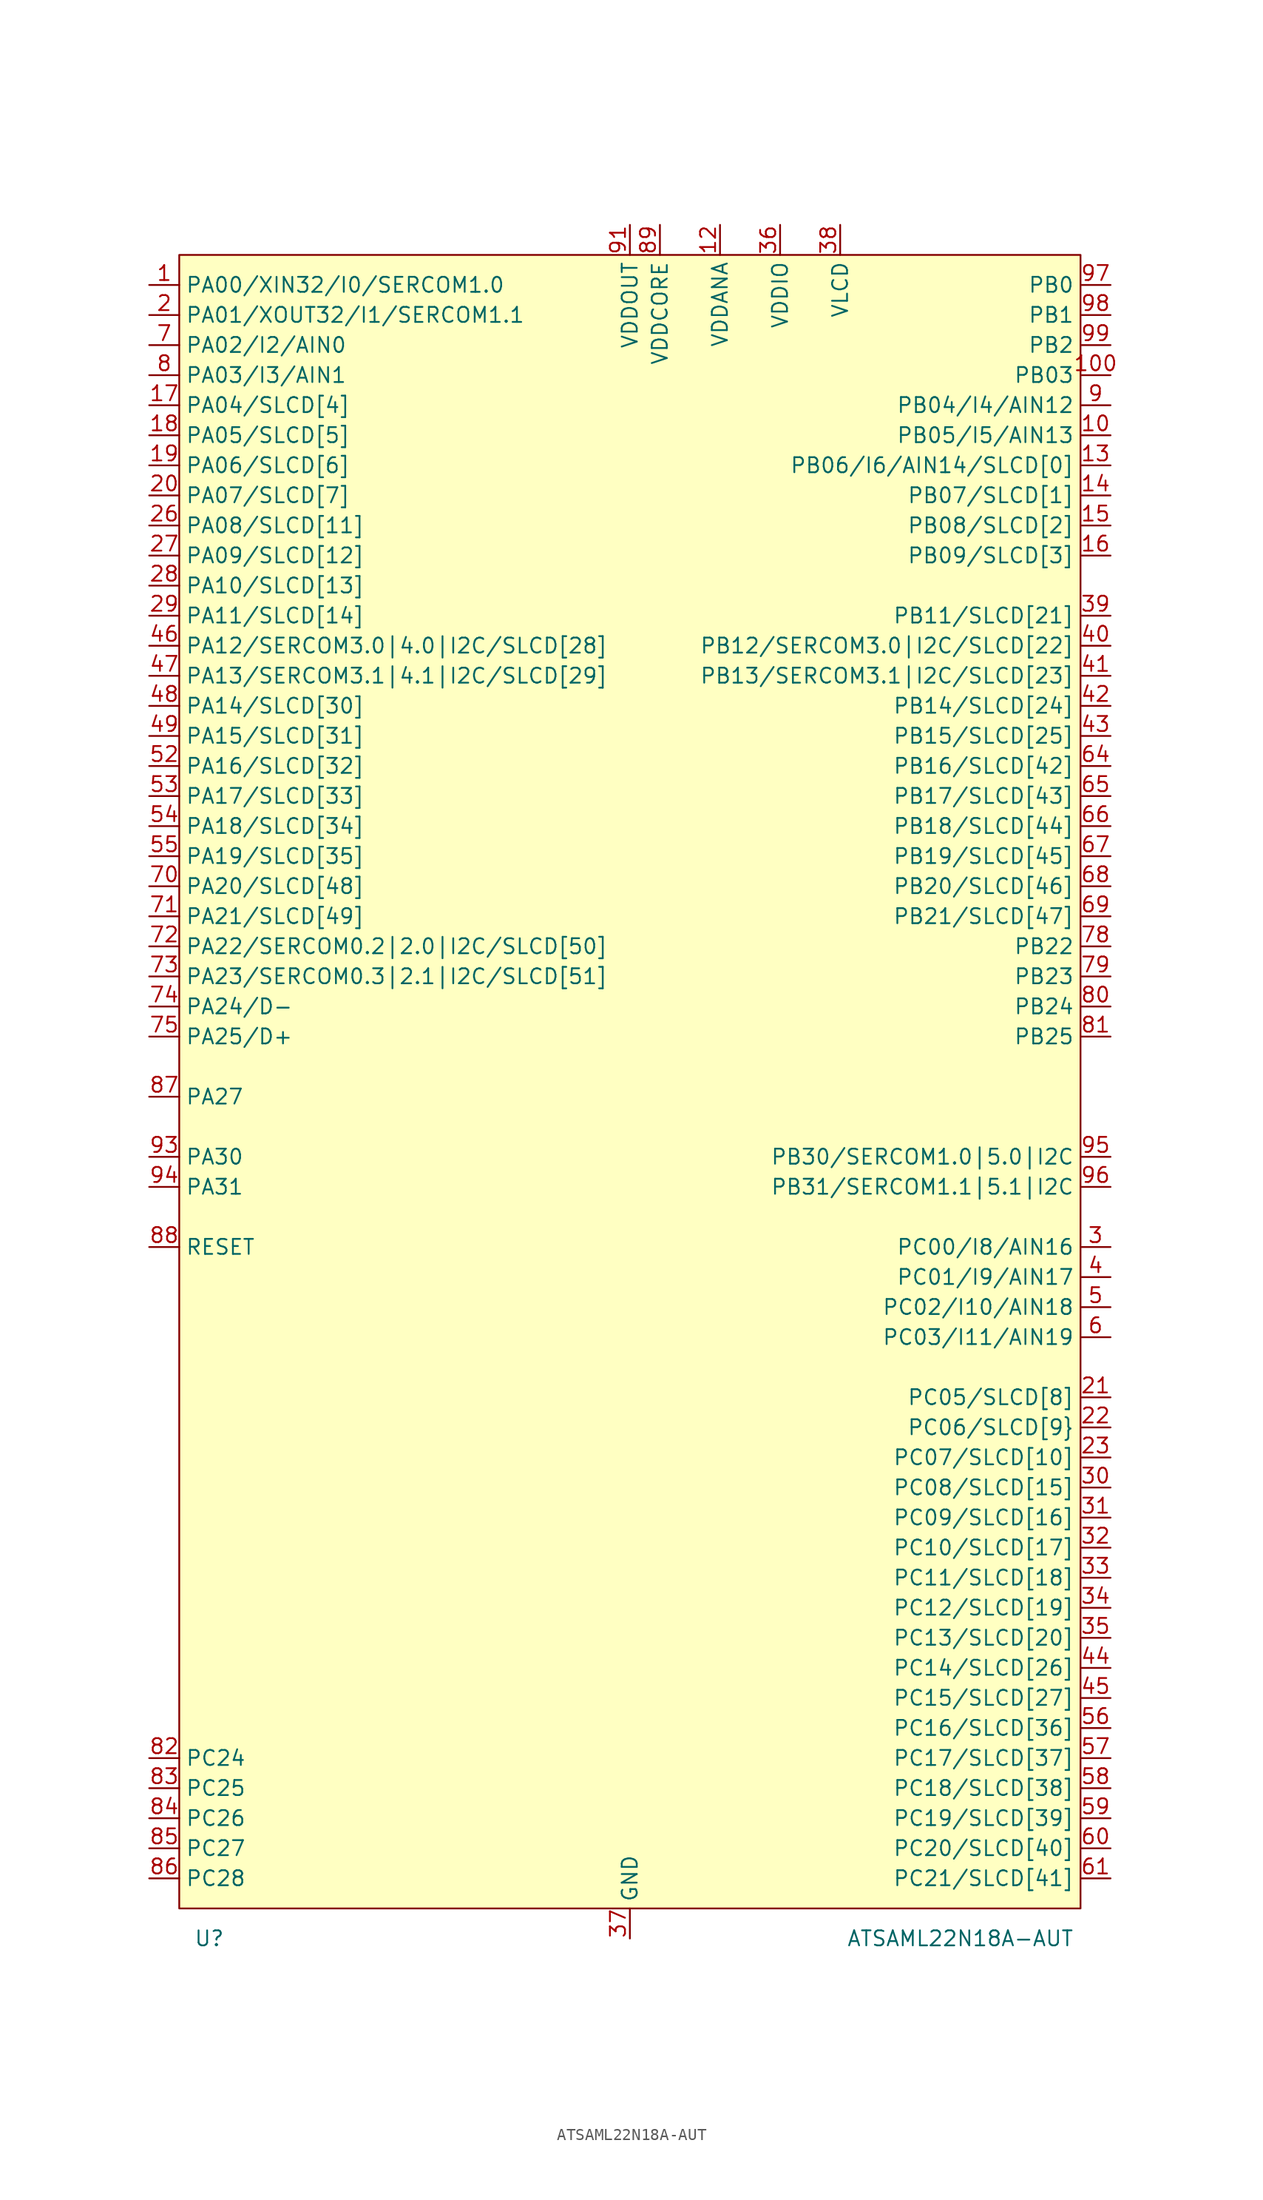
<source format=kicad_sym>
(kicad_symbol_lib
  (version 20220914)
  (generator kicad_symbol_editor)
  (symbol "ATSAML22N18A-AUT"
    (property "Reference" "U"
      (at -35.56 -71.12 0)
      (effects (font (size 1.27 1.27))))
    (property "Value" "ATSAML22N18A-AUT"
      (at 27.94 -71.12 0)
      (effects (font (size 1.27 1.27))))
    (symbol "ATSAML22N18A-AUT_1_0"
      (pin bidirectional line (at 40.64 60.96 180) (length 2.54) (name "PB03" (effects (font (size 1.27 1.27)))) (number "100" (effects (font (size 1.27 1.27)))))
      (pin bidirectional line (at 40.64 -40.64 180) (length 2.54) (name "PC11/SLCD[18]" (effects (font (size 1.27 1.27)))) (number "33" (effects (font (size 1.27 1.27)))))
      (pin bidirectional line (at 40.64 -43.18 180) (length 2.54) (name "PC12/SLCD[19]" (effects (font (size 1.27 1.27)))) (number "34" (effects (font (size 1.27 1.27)))))
      (pin bidirectional line (at 40.64 -45.72 180) (length 2.54) (name "PC13/SLCD[20]" (effects (font (size 1.27 1.27)))) (number "35" (effects (font (size 1.27 1.27)))))
      (pin power_in line (at 12.7 73.66 270) (length 2.54) (name "VDDIO" (effects (font (size 1.27 1.27)))) (number "36" (effects (font (size 1.27 1.27)))))
      (pin passive line (at 0 -71.12 90) (length 2.54) (name "GND" (effects (font (size 1.27 1.27)))) (number "37" (effects (font (size 1.27 1.27)))))
      (pin passive line (at 17.78 73.66 270) (length 2.54) (name "VLCD" (effects (font (size 1.27 1.27)))) (number "38" (effects (font (size 1.27 1.27)))))
      (pin bidirectional line (at 40.64 40.64 180) (length 2.54) (name "PB11/SLCD[21]" (effects (font (size 1.27 1.27)))) (number "39" (effects (font (size 1.27 1.27)))))
      (pin bidirectional line (at 40.64 38.1 180) (length 2.54) (name "PB12/SERCOM3.0|I2C/SLCD[22]" (effects (font (size 1.27 1.27)))) (number "40" (effects (font (size 1.27 1.27)))))
      (pin bidirectional line (at 40.64 35.56 180) (length 2.54) (name "PB13/SERCOM3.1|I2C/SLCD[23]" (effects (font (size 1.27 1.27)))) (number "41" (effects (font (size 1.27 1.27)))))
      (pin bidirectional line (at 40.64 33.02 180) (length 2.54) (name "PB14/SLCD[24]" (effects (font (size 1.27 1.27)))) (number "42" (effects (font (size 1.27 1.27)))))
      (pin bidirectional line (at 40.64 30.48 180) (length 2.54) (name "PB15/SLCD[25]" (effects (font (size 1.27 1.27)))) (number "43" (effects (font (size 1.27 1.27)))))
      (pin bidirectional line (at 40.64 -48.26 180) (length 2.54) (name "PC14/SLCD[26]" (effects (font (size 1.27 1.27)))) (number "44" (effects (font (size 1.27 1.27)))))
      (pin bidirectional line (at 40.64 -50.8 180) (length 2.54) (name "PC15/SLCD[27]" (effects (font (size 1.27 1.27)))) (number "45" (effects (font (size 1.27 1.27)))))
      (pin bidirectional line (at -40.64 38.1 0) (length 2.54) (name "PA12/SERCOM3.0|4.0|I2C/SLCD[28]" (effects (font (size 1.27 1.27)))) (number "46" (effects (font (size 1.27 1.27)))))
      (pin bidirectional line (at -40.64 35.56 0) (length 2.54) (name "PA13/SERCOM3.1|4.1|I2C/SLCD[29]" (effects (font (size 1.27 1.27)))) (number "47" (effects (font (size 1.27 1.27)))))
      (pin bidirectional line (at -40.64 33.02 0) (length 2.54) (name "PA14/SLCD[30]" (effects (font (size 1.27 1.27)))) (number "48" (effects (font (size 1.27 1.27)))))
      (pin bidirectional line (at -40.64 30.48 0) (length 2.54) (name "PA15/SLCD[31]" (effects (font (size 1.27 1.27)))) (number "49" (effects (font (size 1.27 1.27)))))
      (pin passive line (at 0 -71.12 90) (length 2.54) hide (name "GND" (effects (font (size 1.27 1.27)))) (number "50" (effects (font (size 1.27 1.27)))))
      (pin power_in line (at 12.7 73.66 270) (length 2.54) hide (name "VDDIO" (effects (font (size 1.27 1.27)))) (number "51" (effects (font (size 1.27 1.27)))))
      (pin bidirectional line (at -40.64 27.94 0) (length 2.54) (name "PA16/SLCD[32]" (effects (font (size 1.27 1.27)))) (number "52" (effects (font (size 1.27 1.27)))))
      (pin bidirectional line (at -40.64 25.4 0) (length 2.54) (name "PA17/SLCD[33]" (effects (font (size 1.27 1.27)))) (number "53" (effects (font (size 1.27 1.27)))))
      (pin bidirectional line (at -40.64 22.86 0) (length 2.54) (name "PA18/SLCD[34]" (effects (font (size 1.27 1.27)))) (number "54" (effects (font (size 1.27 1.27)))))
      (pin bidirectional line (at -40.64 20.32 0) (length 2.54) (name "PA19/SLCD[35]" (effects (font (size 1.27 1.27)))) (number "55" (effects (font (size 1.27 1.27)))))
      (pin bidirectional line (at 40.64 -53.34 180) (length 2.54) (name "PC16/SLCD[36]" (effects (font (size 1.27 1.27)))) (number "56" (effects (font (size 1.27 1.27)))))
      (pin bidirectional line (at 40.64 -55.88 180) (length 2.54) (name "PC17/SLCD[37]" (effects (font (size 1.27 1.27)))) (number "57" (effects (font (size 1.27 1.27)))))
      (pin bidirectional line (at 40.64 -58.42 180) (length 2.54) (name "PC18/SLCD[38]" (effects (font (size 1.27 1.27)))) (number "58" (effects (font (size 1.27 1.27)))))
      (pin bidirectional line (at 40.64 -60.96 180) (length 2.54) (name "PC19/SLCD[39]" (effects (font (size 1.27 1.27)))) (number "59" (effects (font (size 1.27 1.27)))))
      (pin bidirectional line (at 40.64 -63.5 180) (length 2.54) (name "PC20/SLCD[40]" (effects (font (size 1.27 1.27)))) (number "60" (effects (font (size 1.27 1.27)))))
      (pin bidirectional line (at 40.64 -66.04 180) (length 2.54) (name "PC21/SLCD[41]" (effects (font (size 1.27 1.27)))) (number "61" (effects (font (size 1.27 1.27)))))
      (pin passive line (at 0 -71.12 90) (length 2.54) hide (name "GND" (effects (font (size 1.27 1.27)))) (number "62" (effects (font (size 1.27 1.27)))))
      (pin power_in line (at 12.7 73.66 270) (length 2.54) hide (name "VDDIO" (effects (font (size 1.27 1.27)))) (number "63" (effects (font (size 1.27 1.27)))))
      (pin bidirectional line (at 40.64 27.94 180) (length 2.54) (name "PB16/SLCD[42]" (effects (font (size 1.27 1.27)))) (number "64" (effects (font (size 1.27 1.27)))))
      (pin bidirectional line (at 40.64 25.4 180) (length 2.54) (name "PB17/SLCD[43]" (effects (font (size 1.27 1.27)))) (number "65" (effects (font (size 1.27 1.27)))))
      (pin bidirectional line (at 40.64 22.86 180) (length 2.54) (name "PB18/SLCD[44]" (effects (font (size 1.27 1.27)))) (number "66" (effects (font (size 1.27 1.27)))))
      (pin bidirectional line (at 40.64 20.32 180) (length 2.54) (name "PB19/SLCD[45]" (effects (font (size 1.27 1.27)))) (number "67" (effects (font (size 1.27 1.27)))))
      (pin bidirectional line (at 40.64 17.78 180) (length 2.54) (name "PB20/SLCD[46]" (effects (font (size 1.27 1.27)))) (number "68" (effects (font (size 1.27 1.27)))))
      (pin bidirectional line (at 40.64 15.24 180) (length 2.54) (name "PB21/SLCD[47]" (effects (font (size 1.27 1.27)))) (number "69" (effects (font (size 1.27 1.27)))))
      (pin bidirectional line (at -40.64 17.78 0) (length 2.54) (name "PA20/SLCD[48]" (effects (font (size 1.27 1.27)))) (number "70" (effects (font (size 1.27 1.27)))))
      (pin bidirectional line (at -40.64 15.24 0) (length 2.54) (name "PA21/SLCD[49]" (effects (font (size 1.27 1.27)))) (number "71" (effects (font (size 1.27 1.27)))))
      (pin bidirectional line (at -40.64 12.7 0) (length 2.54) (name "PA22/SERCOM0.2|2.0|I2C/SLCD[50]" (effects (font (size 1.27 1.27)))) (number "72" (effects (font (size 1.27 1.27)))))
      (pin bidirectional line (at -40.64 10.16 0) (length 2.54) (name "PA23/SERCOM0.3|2.1|I2C/SLCD[51]" (effects (font (size 1.27 1.27)))) (number "73" (effects (font (size 1.27 1.27)))))
      (pin bidirectional line (at -40.64 7.62 0) (length 2.54) (name "PA24/D-" (effects (font (size 1.27 1.27)))) (number "74" (effects (font (size 1.27 1.27)))))
      (pin bidirectional line (at -40.64 5.08 0) (length 2.54) (name "PA25/D+" (effects (font (size 1.27 1.27)))) (number "75" (effects (font (size 1.27 1.27)))))
      (pin passive line (at 0 -71.12 90) (length 2.54) hide (name "GND" (effects (font (size 1.27 1.27)))) (number "76" (effects (font (size 1.27 1.27)))))
      (pin power_in line (at 12.7 73.66 270) (length 2.54) hide (name "VDDIO" (effects (font (size 1.27 1.27)))) (number "77" (effects (font (size 1.27 1.27)))))
      (pin bidirectional line (at 40.64 12.7 180) (length 2.54) (name "PB22" (effects (font (size 1.27 1.27)))) (number "78" (effects (font (size 1.27 1.27)))))
      (pin bidirectional line (at 40.64 10.16 180) (length 2.54) (name "PB23" (effects (font (size 1.27 1.27)))) (number "79" (effects (font (size 1.27 1.27)))))
      (pin bidirectional line (at 40.64 7.62 180) (length 2.54) (name "PB24" (effects (font (size 1.27 1.27)))) (number "80" (effects (font (size 1.27 1.27)))))
      (pin bidirectional line (at 40.64 5.08 180) (length 2.54) (name "PB25" (effects (font (size 1.27 1.27)))) (number "81" (effects (font (size 1.27 1.27)))))
      (pin bidirectional line (at -40.64 -55.88 0) (length 2.54) (name "PC24" (effects (font (size 1.27 1.27)))) (number "82" (effects (font (size 1.27 1.27)))))
      (pin bidirectional line (at -40.64 -58.42 0) (length 2.54) (name "PC25" (effects (font (size 1.27 1.27)))) (number "83" (effects (font (size 1.27 1.27)))))
      (pin bidirectional line (at -40.64 -60.96 0) (length 2.54) (name "PC26" (effects (font (size 1.27 1.27)))) (number "84" (effects (font (size 1.27 1.27)))))
      (pin bidirectional line (at -40.64 -63.5 0) (length 2.54) (name "PC27" (effects (font (size 1.27 1.27)))) (number "85" (effects (font (size 1.27 1.27)))))
      (pin bidirectional line (at -40.64 -66.04 0) (length 2.54) (name "PC28" (effects (font (size 1.27 1.27)))) (number "86" (effects (font (size 1.27 1.27)))))
      (pin bidirectional line (at -40.64 0 0) (length 2.54) (name "PA27" (effects (font (size 1.27 1.27)))) (number "87" (effects (font (size 1.27 1.27)))))
      (pin input line (at -40.64 -12.7 0) (length 2.54) (name "RESET" (effects (font (size 1.27 1.27)))) (number "88" (effects (font (size 1.27 1.27)))))
      (pin power_in line (at 2.54 73.66 270) (length 2.54) (name "VDDCORE" (effects (font (size 1.27 1.27)))) (number "89" (effects (font (size 1.27 1.27)))))
      (pin passive line (at 0 -71.12 90) (length 2.54) hide (name "GND" (effects (font (size 1.27 1.27)))) (number "90" (effects (font (size 1.27 1.27)))))
      (pin power_out line (at 0 73.66 270) (length 2.54) (name "VDDOUT" (effects (font (size 1.27 1.27)))) (number "91" (effects (font (size 1.27 1.27)))))
      (pin power_in line (at 12.7 73.66 270) (length 2.54) hide (name "VDDIO" (effects (font (size 1.27 1.27)))) (number "92" (effects (font (size 1.27 1.27)))))
      (pin bidirectional line (at -40.64 -5.08 0) (length 2.54) (name "PA30" (effects (font (size 1.27 1.27)))) (number "93" (effects (font (size 1.27 1.27)))))
      (pin bidirectional line (at -40.64 -7.62 0) (length 2.54) (name "PA31" (effects (font (size 1.27 1.27)))) (number "94" (effects (font (size 1.27 1.27)))))
      (pin bidirectional line (at 40.64 -5.08 180) (length 2.54) (name "PB30/SERCOM1.0|5.0|I2C" (effects (font (size 1.27 1.27)))) (number "95" (effects (font (size 1.27 1.27)))))
      (pin bidirectional line (at 40.64 -7.62 180) (length 2.54) (name "PB31/SERCOM1.1|5.1|I2C" (effects (font (size 1.27 1.27)))) (number "96" (effects (font (size 1.27 1.27)))))
      (pin bidirectional line (at 40.64 68.58 180) (length 2.54) (name "PB0" (effects (font (size 1.27 1.27)))) (number "97" (effects (font (size 1.27 1.27)))))
      (pin bidirectional line (at 40.64 66.04 180) (length 2.54) (name "PB1" (effects (font (size 1.27 1.27)))) (number "98" (effects (font (size 1.27 1.27)))))
      (pin bidirectional line (at 40.64 63.5 180) (length 2.54) (name "PB2" (effects (font (size 1.27 1.27)))) (number "99" (effects (font (size 1.27 1.27))))))
    (symbol "ATSAML22N18A-AUT_1_1"
      (rectangle (start -38.1 71.12) (end 38.1 -68.58) (stroke (width 0) (type default)) (fill (type background)))
      (pin bidirectional line (at -40.64 68.58 0) (length 2.54) (name "PA00/XIN32/I0/SERCOM1.0" (effects (font (size 1.27 1.27)))) (number "1" (effects (font (size 1.27 1.27)))))
      (pin bidirectional line (at 40.64 55.88 180) (length 2.54) (name "PB05/I5/AIN13" (effects (font (size 1.27 1.27)))) (number "10" (effects (font (size 1.27 1.27)))))
      (pin passive line (at 0 -71.12 90) (length 2.54) hide (name "GND" (effects (font (size 1.27 1.27)))) (number "11" (effects (font (size 1.27 1.27)))))
      (pin power_in line (at 7.62 73.66 270) (length 2.54) (name "VDDANA" (effects (font (size 1.27 1.27)))) (number "12" (effects (font (size 1.27 1.27)))))
      (pin bidirectional line (at 40.64 53.34 180) (length 2.54) (name "PB06/I6/AIN14/SLCD[0]" (effects (font (size 1.27 1.27)))) (number "13" (effects (font (size 1.27 1.27)))))
      (pin bidirectional line (at 40.64 50.8 180) (length 2.54) (name "PB07/SLCD[1]" (effects (font (size 1.27 1.27)))) (number "14" (effects (font (size 1.27 1.27)))))
      (pin bidirectional line (at 40.64 48.26 180) (length 2.54) (name "PB08/SLCD[2]" (effects (font (size 1.27 1.27)))) (number "15" (effects (font (size 1.27 1.27)))))
      (pin bidirectional line (at 40.64 45.72 180) (length 2.54) (name "PB09/SLCD[3]" (effects (font (size 1.27 1.27)))) (number "16" (effects (font (size 1.27 1.27)))))
      (pin bidirectional line (at -40.64 58.42 0) (length 2.54) (name "PA04/SLCD[4]" (effects (font (size 1.27 1.27)))) (number "17" (effects (font (size 1.27 1.27)))))
      (pin bidirectional line (at -40.64 55.88 0) (length 2.54) (name "PA05/SLCD[5]" (effects (font (size 1.27 1.27)))) (number "18" (effects (font (size 1.27 1.27)))))
      (pin bidirectional line (at -40.64 53.34 0) (length 2.54) (name "PA06/SLCD[6]" (effects (font (size 1.27 1.27)))) (number "19" (effects (font (size 1.27 1.27)))))
      (pin bidirectional line (at -40.64 66.04 0) (length 2.54) (name "PA01/XOUT32/I1/SERCOM1.1" (effects (font (size 1.27 1.27)))) (number "2" (effects (font (size 1.27 1.27)))))
      (pin bidirectional line (at -40.64 50.8 0) (length 2.54) (name "PA07/SLCD[7]" (effects (font (size 1.27 1.27)))) (number "20" (effects (font (size 1.27 1.27)))))
      (pin bidirectional line (at 40.64 -25.4 180) (length 2.54) (name "PC05/SLCD[8]" (effects (font (size 1.27 1.27)))) (number "21" (effects (font (size 1.27 1.27)))))
      (pin bidirectional line (at 40.64 -27.94 180) (length 2.54) (name "PC06/SLCD[9}" (effects (font (size 1.27 1.27)))) (number "22" (effects (font (size 1.27 1.27)))))
      (pin bidirectional line (at 40.64 -30.48 180) (length 2.54) (name "PC07/SLCD[10]" (effects (font (size 1.27 1.27)))) (number "23" (effects (font (size 1.27 1.27)))))
      (pin passive line (at 0 -71.12 90) (length 2.54) hide (name "GND" (effects (font (size 1.27 1.27)))) (number "24" (effects (font (size 1.27 1.27)))))
      (pin power_in line (at 7.62 73.66 270) (length 2.54) hide (name "VDDANA" (effects (font (size 1.27 1.27)))) (number "25" (effects (font (size 1.27 1.27)))))
      (pin bidirectional line (at -40.64 48.26 0) (length 2.54) (name "PA08/SLCD[11]" (effects (font (size 1.27 1.27)))) (number "26" (effects (font (size 1.27 1.27)))))
      (pin bidirectional line (at -40.64 45.72 0) (length 2.54) (name "PA09/SLCD[12]" (effects (font (size 1.27 1.27)))) (number "27" (effects (font (size 1.27 1.27)))))
      (pin bidirectional line (at -40.64 43.18 0) (length 2.54) (name "PA10/SLCD[13]" (effects (font (size 1.27 1.27)))) (number "28" (effects (font (size 1.27 1.27)))))
      (pin bidirectional line (at -40.64 40.64 0) (length 2.54) (name "PA11/SLCD[14]" (effects (font (size 1.27 1.27)))) (number "29" (effects (font (size 1.27 1.27)))))
      (pin bidirectional line (at 40.64 -12.7 180) (length 2.54) (name "PC00/I8/AIN16" (effects (font (size 1.27 1.27)))) (number "3" (effects (font (size 1.27 1.27)))))
      (pin bidirectional line (at 40.64 -33.02 180) (length 2.54) (name "PC08/SLCD[15]" (effects (font (size 1.27 1.27)))) (number "30" (effects (font (size 1.27 1.27)))))
      (pin bidirectional line (at 40.64 -35.56 180) (length 2.54) (name "PC09/SLCD[16]" (effects (font (size 1.27 1.27)))) (number "31" (effects (font (size 1.27 1.27)))))
      (pin bidirectional line (at 40.64 -38.1 180) (length 2.54) (name "PC10/SLCD[17]" (effects (font (size 1.27 1.27)))) (number "32" (effects (font (size 1.27 1.27)))))
      (pin bidirectional line (at 40.64 -15.24 180) (length 2.54) (name "PC01/I9/AIN17" (effects (font (size 1.27 1.27)))) (number "4" (effects (font (size 1.27 1.27)))))
      (pin bidirectional line (at 40.64 -17.78 180) (length 2.54) (name "PC02/I10/AIN18" (effects (font (size 1.27 1.27)))) (number "5" (effects (font (size 1.27 1.27)))))
      (pin bidirectional line (at 40.64 -20.32 180) (length 2.54) (name "PC03/I11/AIN19" (effects (font (size 1.27 1.27)))) (number "6" (effects (font (size 1.27 1.27)))))
      (pin bidirectional line (at -40.64 63.5 0) (length 2.54) (name "PA02/I2/AIN0" (effects (font (size 1.27 1.27)))) (number "7" (effects (font (size 1.27 1.27)))))
      (pin bidirectional line (at -40.64 60.96 0) (length 2.54) (name "PA03/I3/AIN1" (effects (font (size 1.27 1.27)))) (number "8" (effects (font (size 1.27 1.27)))))
      (pin bidirectional line (at 40.64 58.42 180) (length 2.54) (name "PB04/I4/AIN12" (effects (font (size 1.27 1.27)))) (number "9" (effects (font (size 1.27 1.27))))))))
</source>
